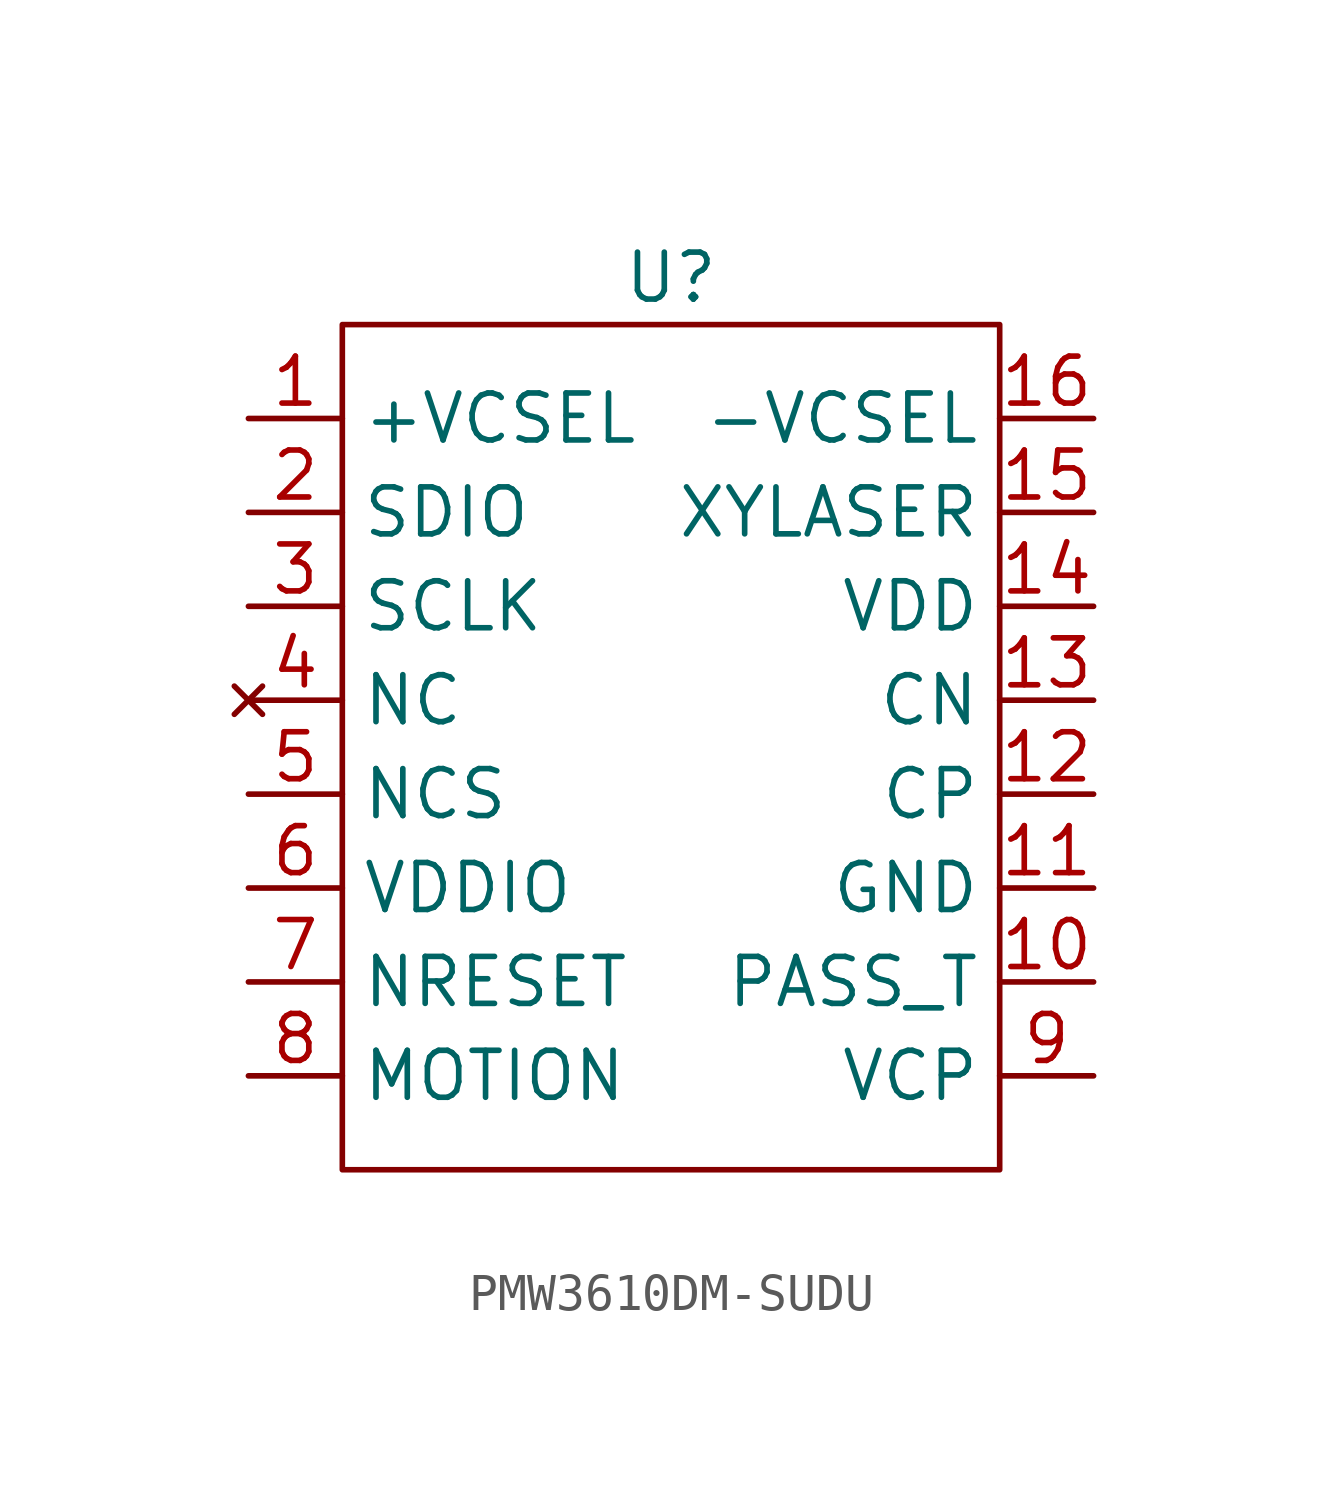
<source format=kicad_sym>
(kicad_symbol_lib
  (version 20231120)
  (generator "kicad_symbol_editor")
  (generator_version "8.0")
  (symbol "PMW3610DM-SUDU"
    (property "Reference" "U"
      (at 0 0 0)
      (effects (font (size 1.27 1.27))))
    (property "Value" ""
      (at 0 0 0)
      (effects (font (size 1.27 1.27))))
    (symbol "PMW3610DM-SUDU_0_0"
      (pin passive line (at -11.43 -3.81 0) (length 2.54) (name "+VCSEL" (effects (font (size 1.27 1.27)))) (number "1" (effects (font (size 1.27 1.27)))))
      (pin passive line (at 11.43 -19.05 180) (length 2.54) (name "PASS_T" (effects (font (size 1.27 1.27)))) (number "10" (effects (font (size 1.27 1.27)))))
      (pin power_in line (at 11.43 -16.51 180) (length 2.54) (name "GND" (effects (font (size 1.27 1.27)))) (number "11" (effects (font (size 1.27 1.27)))))
      (pin passive line (at 11.43 -13.97 180) (length 2.54) (name "CP" (effects (font (size 1.27 1.27)))) (number "12" (effects (font (size 1.27 1.27)))))
      (pin passive line (at 11.43 -11.43 180) (length 2.54) (name "CN" (effects (font (size 1.27 1.27)))) (number "13" (effects (font (size 1.27 1.27)))))
      (pin power_in line (at 11.43 -8.89 180) (length 2.54) (name "VDD" (effects (font (size 1.27 1.27)))) (number "14" (effects (font (size 1.27 1.27)))))
      (pin passive line (at 11.43 -6.35 180) (length 2.54) (name "XYLASER" (effects (font (size 1.27 1.27)))) (number "15" (effects (font (size 1.27 1.27)))))
      (pin passive line (at 11.43 -3.81 180) (length 2.54) (name "-VCSEL" (effects (font (size 1.27 1.27)))) (number "16" (effects (font (size 1.27 1.27)))))
      (pin bidirectional line (at -11.43 -6.35 0) (length 2.54) (name "SDIO" (effects (font (size 1.27 1.27)))) (number "2" (effects (font (size 1.27 1.27)))))
      (pin output line (at -11.43 -8.89 0) (length 2.54) (name "SCLK" (effects (font (size 1.27 1.27)))) (number "3" (effects (font (size 1.27 1.27)))))
      (pin no_connect line (at -11.43 -11.43 0) (length 2.54) (name "NC" (effects (font (size 1.27 1.27)))) (number "4" (effects (font (size 1.27 1.27)))))
      (pin input line (at -11.43 -13.97 0) (length 2.54) (name "NCS" (effects (font (size 1.27 1.27)))) (number "5" (effects (font (size 1.27 1.27)))))
      (pin power_in line (at -11.43 -16.51 0) (length 2.54) (name "VDDIO" (effects (font (size 1.27 1.27)))) (number "6" (effects (font (size 1.27 1.27)))))
      (pin input line (at -11.43 -19.05 0) (length 2.54) (name "NRESET" (effects (font (size 1.27 1.27)))) (number "7" (effects (font (size 1.27 1.27)))))
      (pin output line (at -11.43 -21.59 0) (length 2.54) (name "MOTION" (effects (font (size 1.27 1.27)))) (number "8" (effects (font (size 1.27 1.27)))))
      (pin passive line (at 11.43 -21.59 180) (length 2.54) (name "VCP" (effects (font (size 1.27 1.27)))) (number "9" (effects (font (size 1.27 1.27))))))
    (symbol "PMW3610DM-SUDU_0_1"
      (rectangle (start -8.89 -1.27) (end 8.89 -24.13) (stroke (width 0) (type default)) (fill (type none))))))
</source>
